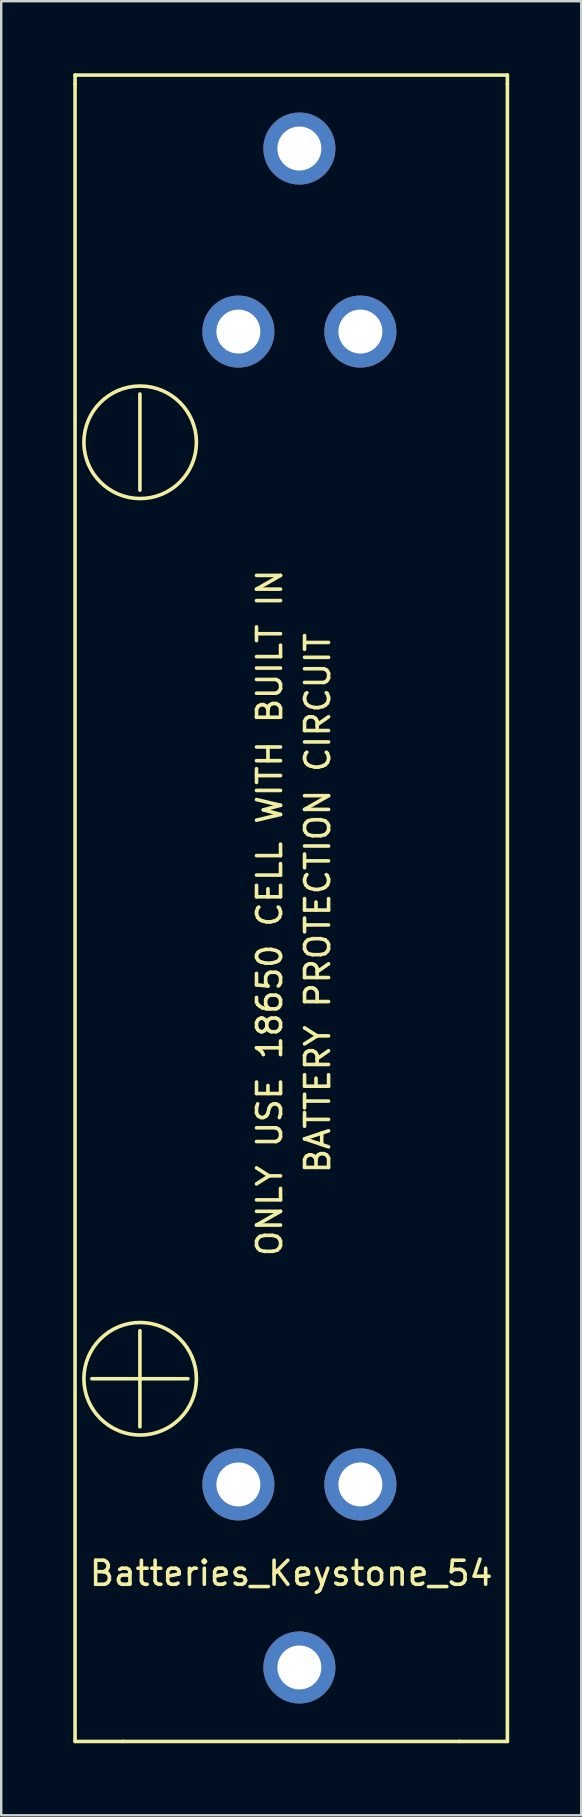
<source format=kicad_pcb>
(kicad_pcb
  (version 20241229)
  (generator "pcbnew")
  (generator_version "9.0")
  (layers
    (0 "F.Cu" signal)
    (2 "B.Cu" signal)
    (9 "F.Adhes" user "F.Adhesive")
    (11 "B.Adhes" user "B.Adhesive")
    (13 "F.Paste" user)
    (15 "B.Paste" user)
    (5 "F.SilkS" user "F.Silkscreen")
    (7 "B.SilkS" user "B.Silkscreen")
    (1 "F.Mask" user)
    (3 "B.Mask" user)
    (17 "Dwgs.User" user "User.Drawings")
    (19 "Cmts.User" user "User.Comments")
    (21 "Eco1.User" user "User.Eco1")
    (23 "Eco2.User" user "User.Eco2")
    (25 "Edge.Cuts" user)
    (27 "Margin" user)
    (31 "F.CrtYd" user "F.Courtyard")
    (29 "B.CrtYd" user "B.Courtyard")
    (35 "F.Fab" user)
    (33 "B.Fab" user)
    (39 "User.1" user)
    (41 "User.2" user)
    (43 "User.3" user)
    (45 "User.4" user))
  (footprint "Batteries_Keystone_54"
    (layer "F.Cu")
    (at 9.075 35.455)
    (property "Reference" "Batteries_Keystone_54" (at 0 27 0) (layer "F.SilkS") (effects (font (size 1 1) (thickness 0.15))))
    (attr through_hole)
    (fp_line (start -9 -35.38) (end -9 -35) (stroke (width 0.15) (type solid)) (layer "F.SilkS"))
    (fp_line (start -9 -35.38) (end 9 -35.38) (stroke (width 0.15) (type solid)) (layer "F.SilkS"))
    (fp_line (start -9 34) (end -9 -35) (stroke (width 0.15) (type solid)) (layer "F.SilkS"))
    (fp_line (start -7 34) (end -9 34) (stroke (width 0.15) (type solid)) (layer "F.SilkS"))
    (fp_line (start -7 34) (end 7 34) (stroke (width 0.15) (type solid)) (layer "F.SilkS"))
    (fp_line (start -6.3 -22.1) (end -6.3 -18.1) (stroke (width 0.15) (type solid)) (layer "F.SilkS"))
    (fp_line (start -6.3 18.9) (end -8.3 18.9) (stroke (width 0.15) (type solid)) (layer "F.SilkS"))
    (fp_line (start -6.3 18.9) (end -4.3 18.9) (stroke (width 0.15) (type solid)) (layer "F.SilkS"))
    (fp_line (start -6.3 20.9) (end -6.3 16.9) (stroke (width 0.15) (type solid)) (layer "F.SilkS"))
    (fp_line (start 7 34) (end 9 34) (stroke (width 0.15) (type solid)) (layer "F.SilkS"))
    (fp_line (start 9 -35.38) (end 9 -35.01) (stroke (width 0.15) (type solid)) (layer "F.SilkS"))
    (fp_line (start 9 -35) (end 9 34) (stroke (width 0.15) (type solid)) (layer "F.SilkS"))
    (fp_circle (center -6.29 -20.09) (end -4.92 -18.19) (stroke (width 0.15) (type solid)) (fill no) (layer "F.SilkS"))
    (fp_circle (center -6.29 18.9) (end -4.92 20.8) (stroke (width 0.15) (type solid)) (fill no) (layer "F.SilkS"))
    (fp_text user "ONLY USE 18650 CELL WITH BUILT IN" (at -0.9 -0.5 90) (layer "F.SilkS") (effects (font (size 1 1) (thickness 0.15))))
    (fp_text user "BATTERY PROTECTION CIRCUIT" (at 1.1 -0.9 90) (layer "F.SilkS") (effects (font (size 1 1) (thickness 0.15))))
    (pad "1" thru_hole circle (at -2.2 23.3) (size 3 3) (drill 1.83) (layers "*.Cu" "*.Mask"))
    (pad "1" thru_hole circle (at 0.34 30.92) (size 3 3) (drill 1.83) (layers "*.Cu" "*.Mask"))
    (pad "1" thru_hole circle (at 2.88 23.3) (size 3 3) (drill 1.83) (layers "*.Cu" "*.Mask"))
    (pad "2" thru_hole circle (at -2.2 -24.7) (size 3 3) (drill 1.83) (layers "*.Cu" "*.Mask"))
    (pad "2" thru_hole circle (at 0.34 -32.32) (size 3 3) (drill 1.83) (layers "*.Cu" "*.Mask"))
    (pad "2" thru_hole circle (at 2.88 -24.7) (size 3 3) (drill 1.83) (layers "*.Cu" "*.Mask")))
  (gr_rect
    (start -3 -3)
    (end 21.15 72.53)
    (stroke (width 0.1) (type default))
    (fill no)
    (layer "Edge.Cuts")))
</source>
